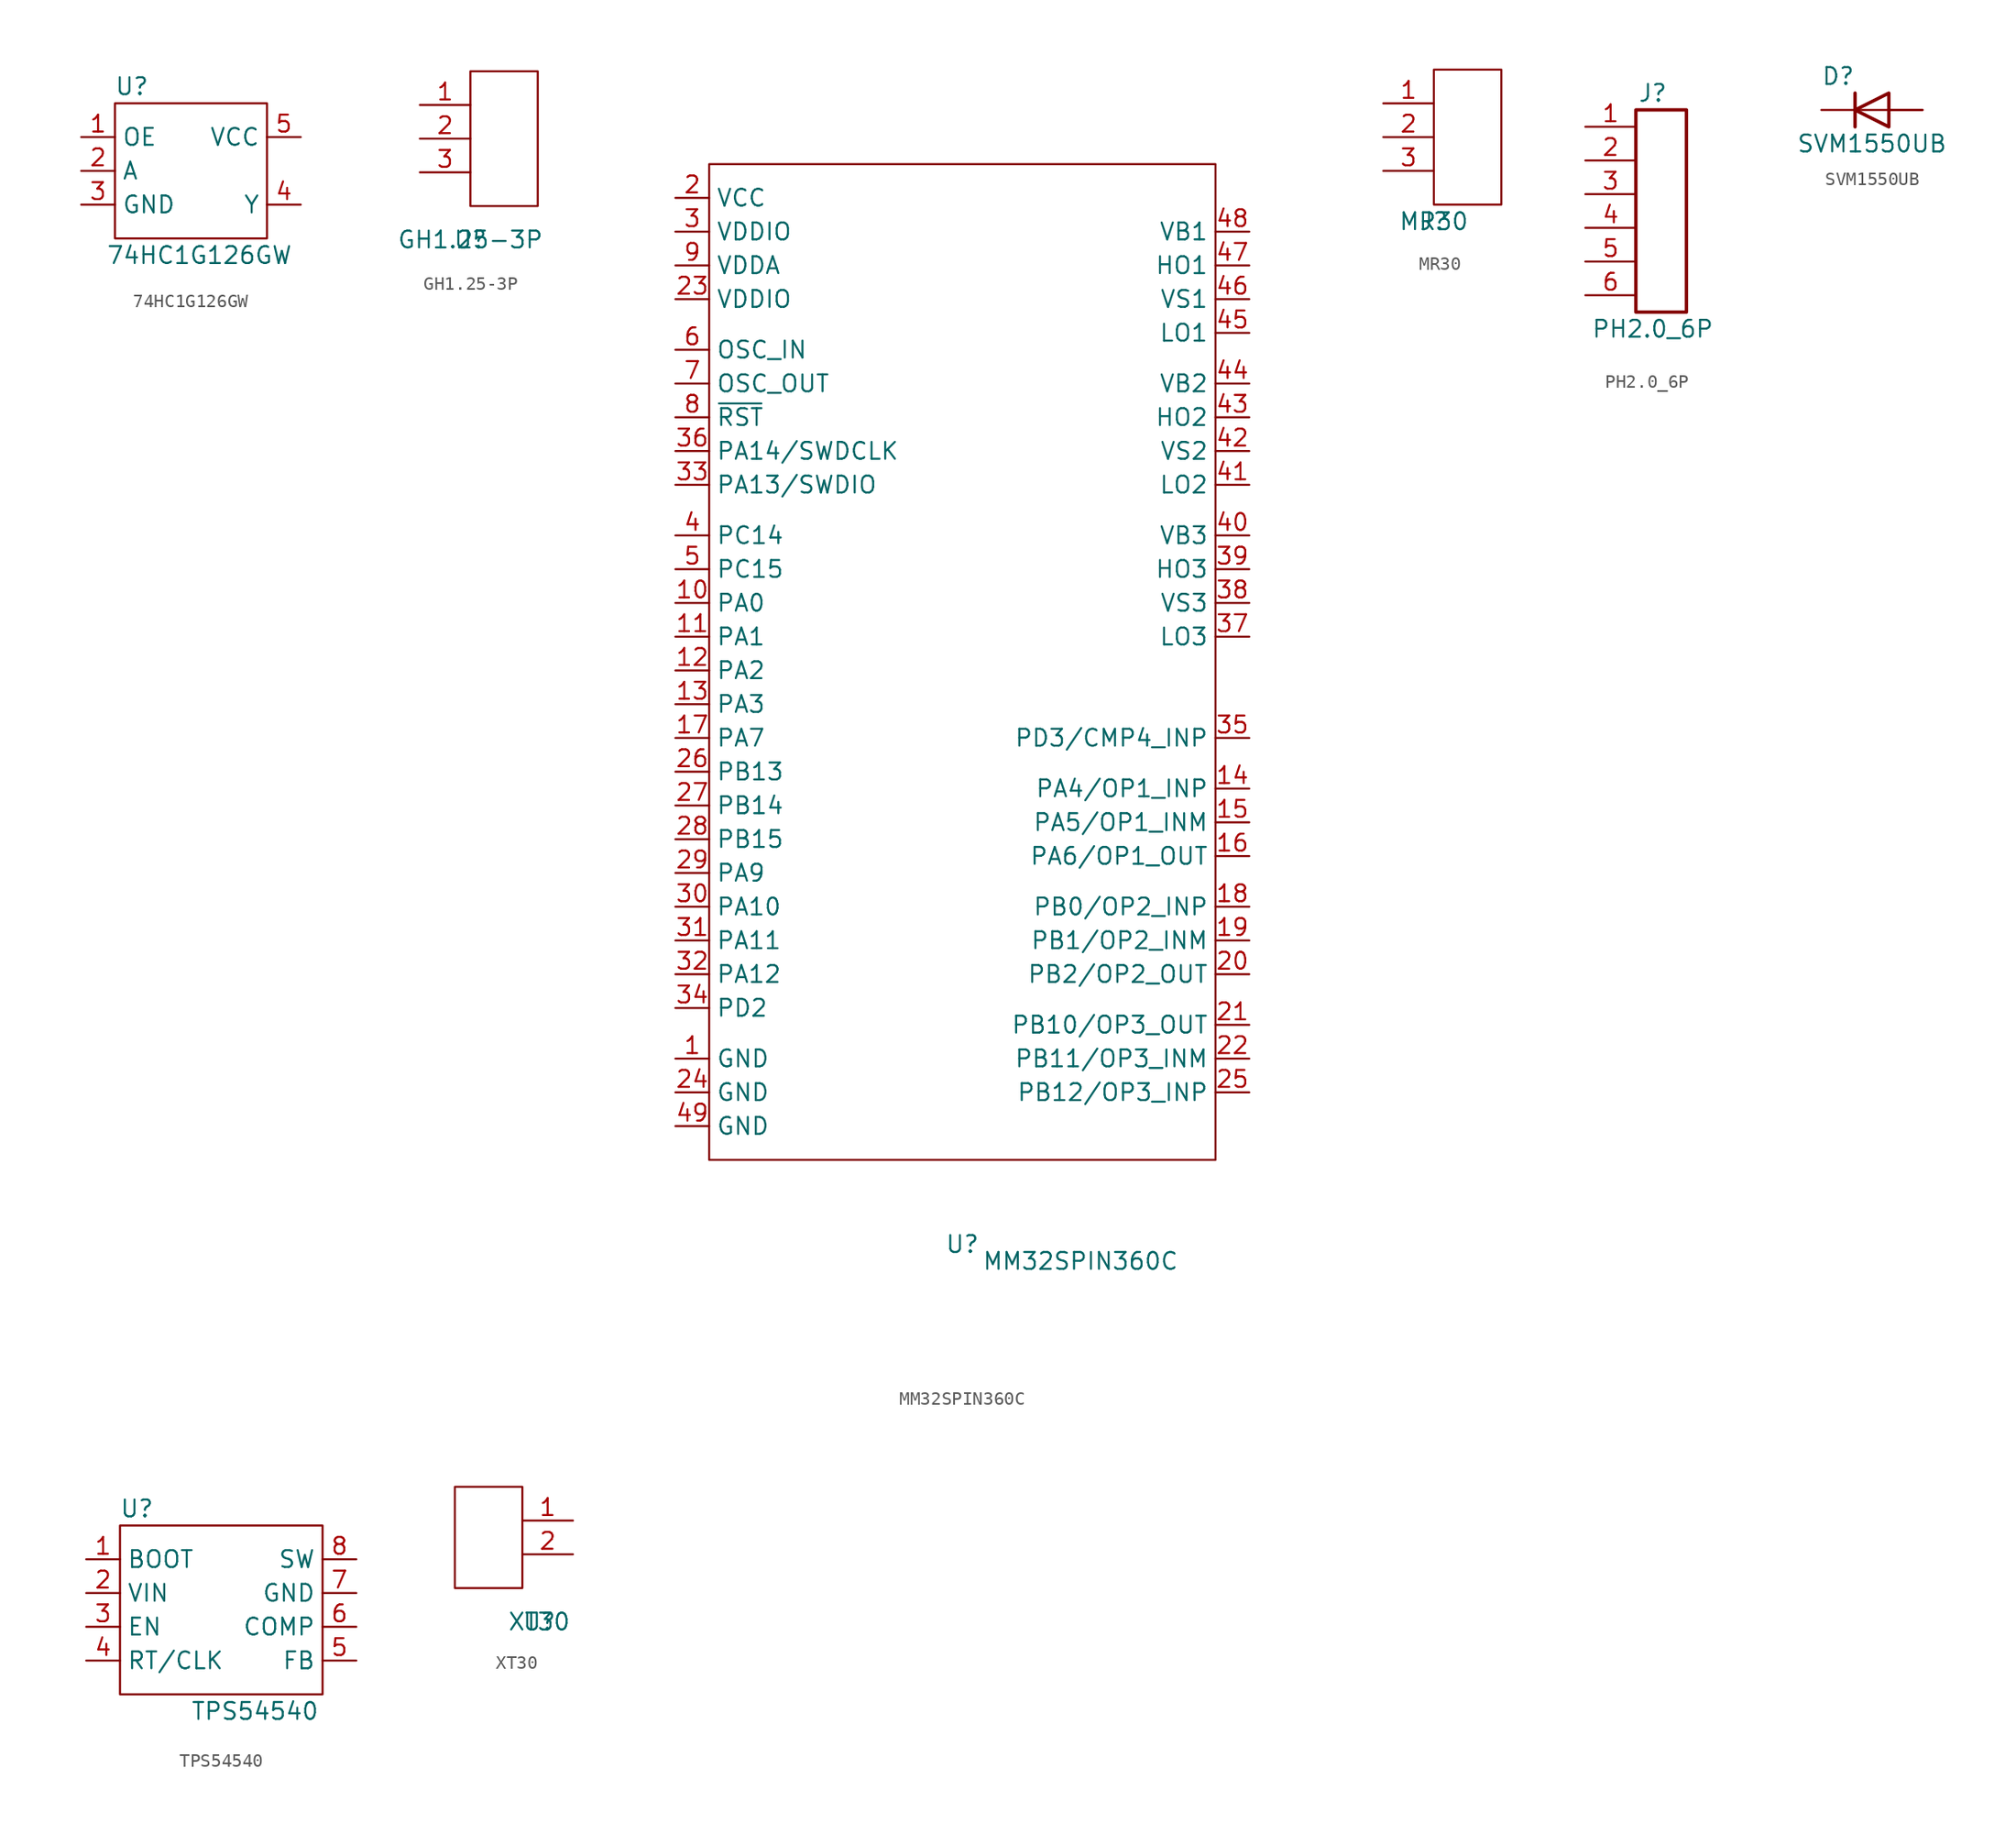
<source format=kicad_sym>
(kicad_symbol_lib
  (version 20211014)
  (generator kicad_symbol_editor)
  (symbol "74HC1G126GW"
    (property "Reference" "U"
      (at 3.81 11.43 0)
      (effects (font (size 1.27 1.27))))
    (property "Value" "74HC1G126GW"
      (at 8.89 -1.27 0)
      (effects (font (size 1.27 1.27))))
    (symbol "74HC1G126GW_0_1"
      (rectangle (start 2.54 10.16) (end 13.97 0) (stroke (width 0) (type default) (color 0 0 0 0)) (fill (type none))))
    (symbol "74HC1G126GW_1_1"
      (pin input line (at 0 7.62 0) (length 2.54) (name "OE" (effects (font (size 1.27 1.27)))) (number "1" (effects (font (size 1.27 1.27)))))
      (pin input line (at 0 5.08 0) (length 2.54) (name "A" (effects (font (size 1.27 1.27)))) (number "2" (effects (font (size 1.27 1.27)))))
      (pin power_in line (at 0 2.54 0) (length 2.54) (name "GND" (effects (font (size 1.27 1.27)))) (number "3" (effects (font (size 1.27 1.27)))))
      (pin output line (at 16.51 2.54 180) (length 2.54) (name "Y" (effects (font (size 1.27 1.27)))) (number "4" (effects (font (size 1.27 1.27)))))
      (pin power_in line (at 16.51 7.62 180) (length 2.54) (name "VCC" (effects (font (size 1.27 1.27)))) (number "5" (effects (font (size 1.27 1.27)))))))
  (symbol "GH1.25-3P"
    (pin_names hide)
    (property "Reference" "U"
      (at 0 0 0)
      (effects (font (size 1.27 1.27))))
    (property "Value" "GH1.25-3P"
      (at 0 0 0)
      (effects (font (size 1.27 1.27))))
    (symbol "GH1.25-3P_0_1"
      (rectangle (start 0 12.7) (end 5.08 2.54) (stroke (width 0) (type default) (color 0 0 0 0)) (fill (type none))))
    (symbol "GH1.25-3P_1_1"
      (pin passive line (at -3.81 10.16 0) (length 3.81) (name "Pin_1" (effects (font (size 1.27 1.27)))) (number "1" (effects (font (size 1.27 1.27)))))
      (pin passive line (at -3.81 7.62 0) (length 3.81) (name "Pin_2" (effects (font (size 1.27 1.27)))) (number "2" (effects (font (size 1.27 1.27)))))
      (pin passive line (at -3.81 5.08 0) (length 3.81) (name "Pin_3" (effects (font (size 1.27 1.27)))) (number "3" (effects (font (size 1.27 1.27)))))))
  (symbol "MM32SPIN360C"
    (property "Reference" "U"
      (at 21.59 -6.35 0)
      (effects (font (size 1.27 1.27))))
    (property "Value" "MM32SPIN360C"
      (at 30.48 -7.62 0)
      (effects (font (size 1.27 1.27))))
    (symbol "MM32SPIN360C_0_1"
      (rectangle (start 2.54 74.93) (end 40.64 0) (stroke (width 0) (type default) (color 0 0 0 0)) (fill (type none))))
    (symbol "MM32SPIN360C_1_1"
      (pin power_in line (at 0 7.62 0) (length 2.54) (name "GND" (effects (font (size 1.27 1.27)))) (number "1" (effects (font (size 1.27 1.27)))))
      (pin bidirectional line (at 0 41.91 0) (length 2.54) (name "PA0" (effects (font (size 1.27 1.27)))) (number "10" (effects (font (size 1.27 1.27)))))
      (pin bidirectional line (at 0 39.37 0) (length 2.54) (name "PA1" (effects (font (size 1.27 1.27)))) (number "11" (effects (font (size 1.27 1.27)))))
      (pin bidirectional line (at 0 36.83 0) (length 2.54) (name "PA2" (effects (font (size 1.27 1.27)))) (number "12" (effects (font (size 1.27 1.27)))))
      (pin bidirectional line (at 0 34.29 0) (length 2.54) (name "PA3" (effects (font (size 1.27 1.27)))) (number "13" (effects (font (size 1.27 1.27)))))
      (pin bidirectional line (at 43.18 27.94 180) (length 2.54) (name "PA4/OP1_INP" (effects (font (size 1.27 1.27)))) (number "14" (effects (font (size 1.27 1.27)))))
      (pin bidirectional line (at 43.18 25.4 180) (length 2.54) (name "PA5/OP1_INM" (effects (font (size 1.27 1.27)))) (number "15" (effects (font (size 1.27 1.27)))))
      (pin bidirectional line (at 43.18 22.86 180) (length 2.54) (name "PA6/OP1_OUT" (effects (font (size 1.27 1.27)))) (number "16" (effects (font (size 1.27 1.27)))))
      (pin bidirectional line (at 0 31.75 0) (length 2.54) (name "PA7" (effects (font (size 1.27 1.27)))) (number "17" (effects (font (size 1.27 1.27)))))
      (pin bidirectional line (at 43.18 19.05 180) (length 2.54) (name "PB0/OP2_INP" (effects (font (size 1.27 1.27)))) (number "18" (effects (font (size 1.27 1.27)))))
      (pin bidirectional line (at 43.18 16.51 180) (length 2.54) (name "PB1/OP2_INM" (effects (font (size 1.27 1.27)))) (number "19" (effects (font (size 1.27 1.27)))))
      (pin power_in line (at 0 72.39 0) (length 2.54) (name "VCC" (effects (font (size 1.27 1.27)))) (number "2" (effects (font (size 1.27 1.27)))))
      (pin bidirectional line (at 43.18 13.97 180) (length 2.54) (name "PB2/OP2_OUT" (effects (font (size 1.27 1.27)))) (number "20" (effects (font (size 1.27 1.27)))))
      (pin bidirectional line (at 43.18 10.16 180) (length 2.54) (name "PB10/OP3_OUT" (effects (font (size 1.27 1.27)))) (number "21" (effects (font (size 1.27 1.27)))))
      (pin bidirectional line (at 43.18 7.62 180) (length 2.54) (name "PB11/OP3_INM" (effects (font (size 1.27 1.27)))) (number "22" (effects (font (size 1.27 1.27)))))
      (pin power_in line (at 0 64.77 0) (length 2.54) (name "VDDIO" (effects (font (size 1.27 1.27)))) (number "23" (effects (font (size 1.27 1.27)))))
      (pin power_in line (at 0 5.08 0) (length 2.54) (name "GND" (effects (font (size 1.27 1.27)))) (number "24" (effects (font (size 1.27 1.27)))))
      (pin bidirectional line (at 43.18 5.08 180) (length 2.54) (name "PB12/OP3_INP" (effects (font (size 1.27 1.27)))) (number "25" (effects (font (size 1.27 1.27)))))
      (pin bidirectional line (at 0 29.21 0) (length 2.54) (name "PB13" (effects (font (size 1.27 1.27)))) (number "26" (effects (font (size 1.27 1.27)))))
      (pin bidirectional line (at 0 26.67 0) (length 2.54) (name "PB14" (effects (font (size 1.27 1.27)))) (number "27" (effects (font (size 1.27 1.27)))))
      (pin bidirectional line (at 0 24.13 0) (length 2.54) (name "PB15" (effects (font (size 1.27 1.27)))) (number "28" (effects (font (size 1.27 1.27)))))
      (pin bidirectional line (at 0 21.59 0) (length 2.54) (name "PA9" (effects (font (size 1.27 1.27)))) (number "29" (effects (font (size 1.27 1.27)))))
      (pin power_in line (at 0 69.85 0) (length 2.54) (name "VDDIO" (effects (font (size 1.27 1.27)))) (number "3" (effects (font (size 1.27 1.27)))))
      (pin bidirectional line (at 0 19.05 0) (length 2.54) (name "PA10" (effects (font (size 1.27 1.27)))) (number "30" (effects (font (size 1.27 1.27)))))
      (pin bidirectional line (at 0 16.51 0) (length 2.54) (name "PA11" (effects (font (size 1.27 1.27)))) (number "31" (effects (font (size 1.27 1.27)))))
      (pin bidirectional line (at 0 13.97 0) (length 2.54) (name "PA12" (effects (font (size 1.27 1.27)))) (number "32" (effects (font (size 1.27 1.27)))))
      (pin bidirectional line (at 0 50.8 0) (length 2.54) (name "PA13/SWDIO" (effects (font (size 1.27 1.27)))) (number "33" (effects (font (size 1.27 1.27)))))
      (pin bidirectional line (at 0 11.43 0) (length 2.54) (name "PD2" (effects (font (size 1.27 1.27)))) (number "34" (effects (font (size 1.27 1.27)))))
      (pin bidirectional line (at 43.18 31.75 180) (length 2.54) (name "PD3/CMP4_INP" (effects (font (size 1.27 1.27)))) (number "35" (effects (font (size 1.27 1.27)))))
      (pin bidirectional line (at 0 53.34 0) (length 2.54) (name "PA14/SWDCLK" (effects (font (size 1.27 1.27)))) (number "36" (effects (font (size 1.27 1.27)))))
      (pin bidirectional line (at 43.18 39.37 180) (length 2.54) (name "LO3" (effects (font (size 1.27 1.27)))) (number "37" (effects (font (size 1.27 1.27)))))
      (pin bidirectional line (at 43.18 41.91 180) (length 2.54) (name "VS3" (effects (font (size 1.27 1.27)))) (number "38" (effects (font (size 1.27 1.27)))))
      (pin bidirectional line (at 43.18 44.45 180) (length 2.54) (name "HO3" (effects (font (size 1.27 1.27)))) (number "39" (effects (font (size 1.27 1.27)))))
      (pin bidirectional line (at 0 46.99 0) (length 2.54) (name "PC14" (effects (font (size 1.27 1.27)))) (number "4" (effects (font (size 1.27 1.27)))))
      (pin bidirectional line (at 43.18 46.99 180) (length 2.54) (name "VB3" (effects (font (size 1.27 1.27)))) (number "40" (effects (font (size 1.27 1.27)))))
      (pin bidirectional line (at 43.18 50.8 180) (length 2.54) (name "LO2" (effects (font (size 1.27 1.27)))) (number "41" (effects (font (size 1.27 1.27)))))
      (pin bidirectional line (at 43.18 53.34 180) (length 2.54) (name "VS2" (effects (font (size 1.27 1.27)))) (number "42" (effects (font (size 1.27 1.27)))))
      (pin bidirectional line (at 43.18 55.88 180) (length 2.54) (name "HO2" (effects (font (size 1.27 1.27)))) (number "43" (effects (font (size 1.27 1.27)))))
      (pin bidirectional line (at 43.18 58.42 180) (length 2.54) (name "VB2" (effects (font (size 1.27 1.27)))) (number "44" (effects (font (size 1.27 1.27)))))
      (pin bidirectional line (at 43.18 62.23 180) (length 2.54) (name "LO1" (effects (font (size 1.27 1.27)))) (number "45" (effects (font (size 1.27 1.27)))))
      (pin bidirectional line (at 43.18 64.77 180) (length 2.54) (name "VS1" (effects (font (size 1.27 1.27)))) (number "46" (effects (font (size 1.27 1.27)))))
      (pin bidirectional line (at 43.18 67.31 180) (length 2.54) (name "HO1" (effects (font (size 1.27 1.27)))) (number "47" (effects (font (size 1.27 1.27)))))
      (pin bidirectional line (at 43.18 69.85 180) (length 2.54) (name "VB1" (effects (font (size 1.27 1.27)))) (number "48" (effects (font (size 1.27 1.27)))))
      (pin power_in line (at 0 2.54 0) (length 2.54) (name "GND" (effects (font (size 1.27 1.27)))) (number "49" (effects (font (size 1.27 1.27)))))
      (pin bidirectional line (at 0 44.45 0) (length 2.54) (name "PC15" (effects (font (size 1.27 1.27)))) (number "5" (effects (font (size 1.27 1.27)))))
      (pin bidirectional line (at 0 60.96 0) (length 2.54) (name "OSC_IN" (effects (font (size 1.27 1.27)))) (number "6" (effects (font (size 1.27 1.27)))))
      (pin bidirectional line (at 0 58.42 0) (length 2.54) (name "OSC_OUT" (effects (font (size 1.27 1.27)))) (number "7" (effects (font (size 1.27 1.27)))))
      (pin bidirectional line (at 0 55.88 0) (length 2.54) (name "~{RST}" (effects (font (size 1.27 1.27)))) (number "8" (effects (font (size 1.27 1.27)))))
      (pin power_in line (at 0 67.31 0) (length 2.54) (name "VDDA" (effects (font (size 1.27 1.27)))) (number "9" (effects (font (size 1.27 1.27)))))))
  (symbol "MR30"
    (pin_names hide)
    (property "Reference" "J"
      (at 0 0 0)
      (effects (font (size 1.27 1.27))))
    (property "Value" "MR30"
      (at 0 0 0)
      (effects (font (size 1.27 1.27))))
    (symbol "MR30_0_1"
      (rectangle (start 0 11.43) (end 5.08 1.27) (stroke (width 0) (type default) (color 0 0 0 0)) (fill (type none))))
    (symbol "MR30_1_1"
      (pin passive line (at -3.81 8.89 0) (length 3.81) (name "Pin_1" (effects (font (size 1.27 1.27)))) (number "1" (effects (font (size 1.27 1.27)))))
      (pin passive line (at -3.81 6.35 0) (length 3.81) (name "Pin_2" (effects (font (size 1.27 1.27)))) (number "2" (effects (font (size 1.27 1.27)))))
      (pin passive line (at -3.81 3.81 0) (length 3.81) (name "Pin_3" (effects (font (size 1.27 1.27)))) (number "3" (effects (font (size 1.27 1.27)))))))
  (symbol "PH2.0_6P"
    (pin_names hide)
    (property "Reference" "J"
      (at 1.27 16.51 0)
      (effects (font (size 1.27 1.27))))
    (property "Value" "PH2.0_6P"
      (at 1.27 -1.27 0)
      (effects (font (size 1.27 1.27))))
    (symbol "PH2.0_6P_1_1"
      (rectangle (start 0 15.24) (end 3.81 0) (stroke (width 0.254) (type default) (color 0 0 0 0)) (fill (type none)))
      (pin passive line (at -3.81 13.97 0) (length 3.81) (name "Pin_1" (effects (font (size 1.27 1.27)))) (number "1" (effects (font (size 1.27 1.27)))))
      (pin passive line (at -3.81 11.43 0) (length 3.81) (name "Pin_2" (effects (font (size 1.27 1.27)))) (number "2" (effects (font (size 1.27 1.27)))))
      (pin passive line (at -3.81 8.89 0) (length 3.81) (name "Pin_3" (effects (font (size 1.27 1.27)))) (number "3" (effects (font (size 1.27 1.27)))))
      (pin passive line (at -3.81 6.35 0) (length 3.81) (name "Pin_4" (effects (font (size 1.27 1.27)))) (number "4" (effects (font (size 1.27 1.27)))))
      (pin passive line (at -3.81 3.81 0) (length 3.81) (name "Pin_5" (effects (font (size 1.27 1.27)))) (number "5" (effects (font (size 1.27 1.27)))))
      (pin passive line (at -3.81 1.27 0) (length 3.81) (name "Pin_6" (effects (font (size 1.27 1.27)))) (number "6" (effects (font (size 1.27 1.27)))))))
  (symbol "SVM1550UB"
    (pin_numbers hide)
    (pin_names hide)
    (property "Reference" "D"
      (at 1.27 2.54 0)
      (effects (font (size 1.27 1.27))))
    (property "Value" "SVM1550UB"
      (at 3.81 -2.54 0)
      (effects (font (size 1.27 1.27))))
    (symbol "SVM1550UB_0_1"
      (polyline (pts (xy 2.54 1.27) (xy 2.54 -1.27)) (stroke (width 0.254) (type default) (color 0 0 0 0)) (fill (type none)))
      (polyline (pts (xy 5.08 0) (xy 2.54 0)) (stroke (width 0) (type default) (color 0 0 0 0)) (fill (type none)))
      (polyline (pts (xy 5.08 1.27) (xy 5.08 -1.27) (xy 2.54 0) (xy 5.08 1.27)) (stroke (width 0.254) (type default) (color 0 0 0 0)) (fill (type none))))
    (symbol "SVM1550UB_1_1"
      (pin passive line (at 7.62 0 180) (length 2.54) (name "A" (effects (font (size 1.27 1.27)))) (number "1" (effects (font (size 1.27 1.27)))))
      (pin passive line (at 7.62 0 180) (length 2.54) (name "A" (effects (font (size 1.27 1.27)))) (number "2" (effects (font (size 1.27 1.27)))))
      (pin passive line (at 0 0 0) (length 2.54) (name "K" (effects (font (size 1.27 1.27)))) (number "3" (effects (font (size 1.27 1.27)))))))
  (symbol "TPS54540"
    (property "Reference" "U"
      (at 1.27 13.97 0)
      (effects (font (size 1.27 1.27))))
    (property "Value" "TPS54540"
      (at 10.16 -1.27 0)
      (effects (font (size 1.27 1.27))))
    (symbol "TPS54540_0_1"
      (rectangle (start 0 12.7) (end 15.24 0) (stroke (width 0) (type default) (color 0 0 0 0)) (fill (type none))))
    (symbol "TPS54540_1_1"
      (pin output line (at -2.54 10.16 0) (length 2.54) (name "BOOT" (effects (font (size 1.27 1.27)))) (number "1" (effects (font (size 1.27 1.27)))))
      (pin power_in line (at -2.54 7.62 0) (length 2.54) (name "VIN" (effects (font (size 1.27 1.27)))) (number "2" (effects (font (size 1.27 1.27)))))
      (pin input line (at -2.54 5.08 0) (length 2.54) (name "EN" (effects (font (size 1.27 1.27)))) (number "3" (effects (font (size 1.27 1.27)))))
      (pin output line (at -2.54 2.54 0) (length 2.54) (name "RT/CLK" (effects (font (size 1.27 1.27)))) (number "4" (effects (font (size 1.27 1.27)))))
      (pin input line (at 17.78 2.54 180) (length 2.54) (name "FB" (effects (font (size 1.27 1.27)))) (number "5" (effects (font (size 1.27 1.27)))))
      (pin output line (at 17.78 5.08 180) (length 2.54) (name "COMP" (effects (font (size 1.27 1.27)))) (number "6" (effects (font (size 1.27 1.27)))))
      (pin power_in line (at 17.78 7.62 180) (length 2.54) (name "GND" (effects (font (size 1.27 1.27)))) (number "7" (effects (font (size 1.27 1.27)))))
      (pin output line (at 17.78 10.16 180) (length 2.54) (name "SW" (effects (font (size 1.27 1.27)))) (number "8" (effects (font (size 1.27 1.27)))))
      (pin power_in line (at 17.78 7.62 180) (length 2.54) hide (name "EP" (effects (font (size 1.27 1.27)))) (number "9" (effects (font (size 1.27 1.27)))))))
  (symbol "XT30"
    (pin_names hide)
    (property "Reference" "U"
      (at 0 0 0)
      (effects (font (size 1.27 1.27))))
    (property "Value" "XT30"
      (at 0 0 0)
      (effects (font (size 1.27 1.27))))
    (symbol "XT30_0_1"
      (rectangle (start -1.27 10.16) (end -6.35 2.54) (stroke (width 0) (type default) (color 0 0 0 0)) (fill (type none))))
    (symbol "XT30_1_1"
      (pin passive line (at 2.54 7.62 180) (length 3.81) (name "Pin_1" (effects (font (size 1.27 1.27)))) (number "1" (effects (font (size 1.27 1.27)))))
      (pin passive line (at 2.54 5.08 180) (length 3.81) (name "Pin_2" (effects (font (size 1.27 1.27)))) (number "2" (effects (font (size 1.27 1.27))))))))
</source>
